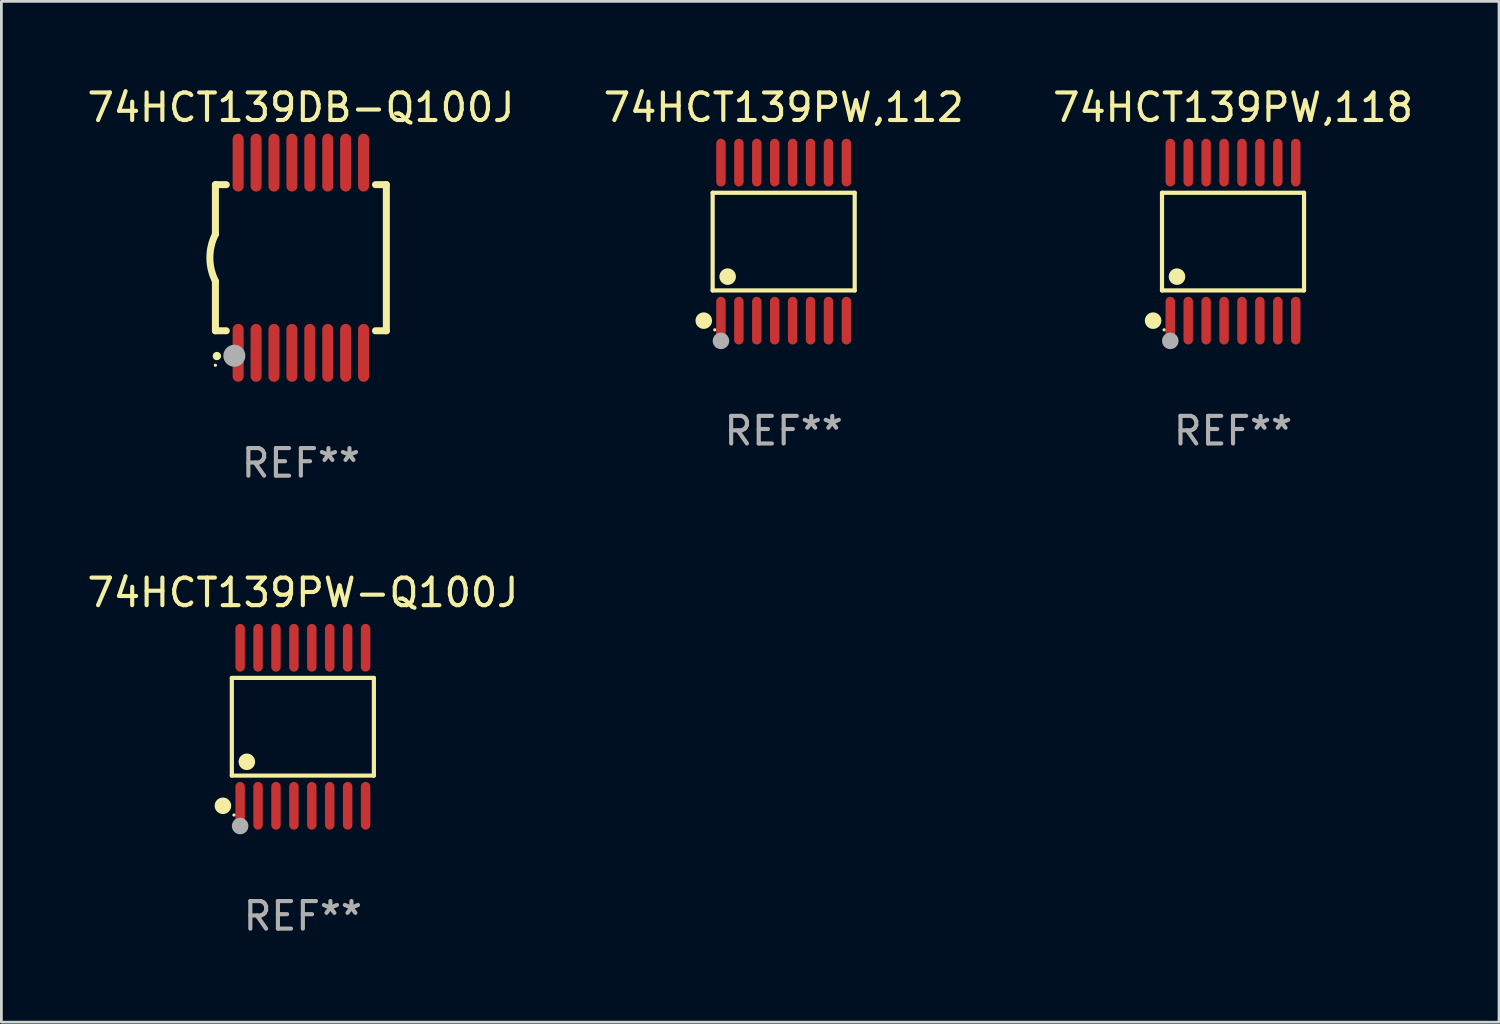
<source format=kicad_pcb>
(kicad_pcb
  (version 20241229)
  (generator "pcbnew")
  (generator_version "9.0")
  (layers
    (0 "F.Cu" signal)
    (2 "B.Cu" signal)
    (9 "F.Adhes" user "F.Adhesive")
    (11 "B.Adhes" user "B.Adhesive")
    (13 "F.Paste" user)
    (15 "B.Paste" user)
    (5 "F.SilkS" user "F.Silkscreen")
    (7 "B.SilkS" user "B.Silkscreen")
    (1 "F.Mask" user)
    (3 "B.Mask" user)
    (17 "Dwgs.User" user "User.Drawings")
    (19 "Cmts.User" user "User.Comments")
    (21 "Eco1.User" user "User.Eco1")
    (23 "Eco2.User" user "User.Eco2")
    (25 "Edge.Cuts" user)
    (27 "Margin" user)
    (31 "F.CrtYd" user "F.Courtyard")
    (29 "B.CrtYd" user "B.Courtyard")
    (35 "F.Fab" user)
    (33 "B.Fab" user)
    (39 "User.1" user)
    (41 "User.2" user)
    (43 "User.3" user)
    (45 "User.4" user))
  (footprint "74HCT139PW,118"
    (layer "F.Cu")
    (at 41.673 5.714)
    (property "Reference" "74HCT139PW,118" (at 0 -4.866 0) (layer "F.SilkS") (effects (font (size 1 1) (thickness 0.15))))
    (attr through_hole)
    (fp_line (start -2.576 -1.772) (end 2.576 -1.772) (stroke (width 0.152) (type solid)) (layer "F.SilkS"))
    (fp_line (start -2.576 1.771) (end -2.576 -1.772) (stroke (width 0.152) (type solid)) (layer "F.SilkS"))
    (fp_line (start 2.576 -1.772) (end 2.576 1.771) (stroke (width 0.152) (type solid)) (layer "F.SilkS"))
    (fp_line (start 2.576 1.771) (end -2.576 1.771) (stroke (width 0.152) (type solid)) (layer "F.SilkS"))
    (fp_circle (center -2.899 2.866) (end -2.749 2.866) (stroke (width 0.3) (type solid)) (fill no) (layer "F.SilkS"))
    (fp_circle (center -2.5 3.2) (end -2.47 3.2) (stroke (width 0.06) (type solid)) (fill no) (layer "F.SilkS"))
    (fp_circle (center -2.032 1.27) (end -1.882 1.27) (stroke (width 0.3) (type solid)) (fill no) (layer "F.SilkS"))
    (fp_circle (center -2.275 3.6) (end -2.125 3.6) (stroke (width 0.3) (type solid)) (fill no) (layer "F.Fab"))
    (fp_text user "REF**" (at 0 6.866 0) (layer "F.Fab") (effects (font (size 1 1) (thickness 0.15))))
    (pad "1" smd oval (at -2.275 2.866) (size 0.343 1.731) (layers "F.Cu" "F.Mask" "F.Paste"))
    (pad "2" smd oval (at -1.625 2.866) (size 0.343 1.731) (layers "F.Cu" "F.Mask" "F.Paste"))
    (pad "3" smd oval (at -0.975 2.866) (size 0.343 1.731) (layers "F.Cu" "F.Mask" "F.Paste"))
    (pad "4" smd oval (at -0.325 2.866) (size 0.343 1.731) (layers "F.Cu" "F.Mask" "F.Paste"))
    (pad "5" smd oval (at 0.325 2.866) (size 0.343 1.731) (layers "F.Cu" "F.Mask" "F.Paste"))
    (pad "6" smd oval (at 0.975 2.866) (size 0.343 1.731) (layers "F.Cu" "F.Mask" "F.Paste"))
    (pad "7" smd oval (at 1.625 2.866) (size 0.343 1.731) (layers "F.Cu" "F.Mask" "F.Paste"))
    (pad "8" smd oval (at 2.275 2.866) (size 0.343 1.731) (layers "F.Cu" "F.Mask" "F.Paste"))
    (pad "9" smd oval (at 2.275 -2.866) (size 0.343 1.731) (layers "F.Cu" "F.Mask" "F.Paste"))
    (pad "10" smd oval (at 1.625 -2.866) (size 0.343 1.731) (layers "F.Cu" "F.Mask" "F.Paste"))
    (pad "11" smd oval (at 0.975 -2.866) (size 0.343 1.731) (layers "F.Cu" "F.Mask" "F.Paste"))
    (pad "12" smd oval (at 0.325 -2.866) (size 0.343 1.731) (layers "F.Cu" "F.Mask" "F.Paste"))
    (pad "13" smd oval (at -0.325 -2.866) (size 0.343 1.731) (layers "F.Cu" "F.Mask" "F.Paste"))
    (pad "14" smd oval (at -0.975 -2.866) (size 0.343 1.731) (layers "F.Cu" "F.Mask" "F.Paste"))
    (pad "15" smd oval (at -1.625 -2.866) (size 0.343 1.731) (layers "F.Cu" "F.Mask" "F.Paste"))
    (pad "16" smd oval (at -2.275 -2.866) (size 0.343 1.731) (layers "F.Cu" "F.Mask" "F.Paste")))
  (footprint "74HCT139DB-Q100J"
    (layer "F.Cu")
    (at 7.863 6.298)
    (property "Reference" "74HCT139DB-Q100J" (at 0 -5.45 0) (layer "F.SilkS") (effects (font (size 1 1) (thickness 0.15))))
    (attr through_hole)
    (fp_line (start -3.1 -2.65) (end -3.1 -0.85) (stroke (width 0.254) (type solid)) (layer "F.SilkS"))
    (fp_line (start -3.1 -2.65) (end -2.706 -2.65) (stroke (width 0.254) (type solid)) (layer "F.SilkS"))
    (fp_line (start -3.1 2.65) (end -3.1 0.85) (stroke (width 0.254) (type solid)) (layer "F.SilkS"))
    (fp_line (start -3.1 2.65) (end -2.706 2.65) (stroke (width 0.254) (type solid)) (layer "F.SilkS"))
    (fp_line (start 2.706 -2.65) (end 3.1 -2.65) (stroke (width 0.254) (type solid)) (layer "F.SilkS"))
    (fp_line (start 2.706 2.65) (end 3.1 2.65) (stroke (width 0.254) (type solid)) (layer "F.SilkS"))
    (fp_line (start 3.1 -2.65) (end 3.1 2.65) (stroke (width 0.254) (type solid)) (layer "F.SilkS"))
    (fp_arc (start -3.098907 0.850902) (mid -3.300057 0.000523) (end -3.1 -0.850114) (stroke (width 0.254001) (type solid)) (layer "F.SilkS"))
    (fp_arc (start -3.048006 3.566066) (mid -3.046736 3.566061) (end -3.045466 3.566066) (stroke (width 0.3) (type solid)) (layer "F.SilkS"))
    (fp_circle (center -3.1 3.9) (end -3.07 3.9) (stroke (width 0.06) (type solid)) (fill no) (layer "F.SilkS"))
    (fp_circle (center -2.413 3.556) (end -2.213 3.556) (stroke (width 0.4) (type solid)) (fill no) (layer "F.Fab"))
    (fp_text user "REF**" (at 0 7.45 0) (layer "F.Fab") (effects (font (size 1 1) (thickness 0.15))))
    (pad "1" smd oval (at -2.275 3.45 180) (size 0.4 2.1) (layers "F.Cu" "F.Mask" "F.Paste"))
    (pad "2" smd oval (at -1.625 3.45 180) (size 0.4 2.1) (layers "F.Cu" "F.Mask" "F.Paste"))
    (pad "3" smd oval (at -0.975 3.45 180) (size 0.4 2.1) (layers "F.Cu" "F.Mask" "F.Paste"))
    (pad "4" smd oval (at -0.325 3.45 180) (size 0.4 2.1) (layers "F.Cu" "F.Mask" "F.Paste"))
    (pad "5" smd oval (at 0.325 3.45 180) (size 0.4 2.1) (layers "F.Cu" "F.Mask" "F.Paste"))
    (pad "6" smd oval (at 0.975 3.45 180) (size 0.4 2.1) (layers "F.Cu" "F.Mask" "F.Paste"))
    (pad "7" smd oval (at 1.625 3.45 180) (size 0.4 2.1) (layers "F.Cu" "F.Mask" "F.Paste"))
    (pad "8" smd oval (at 2.275 3.45 180) (size 0.4 2.1) (layers "F.Cu" "F.Mask" "F.Paste"))
    (pad "9" smd oval (at 2.275 -3.45 180) (size 0.4 2.1) (layers "F.Cu" "F.Mask" "F.Paste"))
    (pad "10" smd oval (at 1.625 -3.45 180) (size 0.4 2.1) (layers "F.Cu" "F.Mask" "F.Paste"))
    (pad "11" smd oval (at 0.975 -3.45 180) (size 0.4 2.1) (layers "F.Cu" "F.Mask" "F.Paste"))
    (pad "12" smd oval (at 0.325 -3.45 180) (size 0.4 2.1) (layers "F.Cu" "F.Mask" "F.Paste"))
    (pad "13" smd oval (at -0.325 -3.45 180) (size 0.4 2.1) (layers "F.Cu" "F.Mask" "F.Paste"))
    (pad "14" smd oval (at -0.975 -3.45 180) (size 0.4 2.1) (layers "F.Cu" "F.Mask" "F.Paste"))
    (pad "15" smd oval (at -1.625 -3.45 180) (size 0.4 2.1) (layers "F.Cu" "F.Mask" "F.Paste"))
    (pad "16" smd oval (at -2.275 -3.45 180) (size 0.4 2.1) (layers "F.Cu" "F.Mask" "F.Paste")))
  (footprint "74HCT139PW-Q100J"
    (layer "F.Cu")
    (at 7.935 23.311)
    (property "Reference" "74HCT139PW-Q100J" (at 0 -4.866 0) (layer "F.SilkS") (effects (font (size 1 1) (thickness 0.15))))
    (attr through_hole)
    (fp_line (start -2.576 -1.772) (end 2.576 -1.772) (stroke (width 0.152) (type solid)) (layer "F.SilkS"))
    (fp_line (start -2.576 1.771) (end -2.576 -1.772) (stroke (width 0.152) (type solid)) (layer "F.SilkS"))
    (fp_line (start 2.576 -1.772) (end 2.576 1.771) (stroke (width 0.152) (type solid)) (layer "F.SilkS"))
    (fp_line (start 2.576 1.771) (end -2.576 1.771) (stroke (width 0.152) (type solid)) (layer "F.SilkS"))
    (fp_circle (center -2.899 2.866) (end -2.749 2.866) (stroke (width 0.3) (type solid)) (fill no) (layer "F.SilkS"))
    (fp_circle (center -2.5 3.2) (end -2.47 3.2) (stroke (width 0.06) (type solid)) (fill no) (layer "F.SilkS"))
    (fp_circle (center -2.032 1.27) (end -1.882 1.27) (stroke (width 0.3) (type solid)) (fill no) (layer "F.SilkS"))
    (fp_circle (center -2.275 3.6) (end -2.125 3.6) (stroke (width 0.3) (type solid)) (fill no) (layer "F.Fab"))
    (fp_text user "REF**" (at 0 6.866 0) (layer "F.Fab") (effects (font (size 1 1) (thickness 0.15))))
    (pad "1" smd oval (at -2.275 2.866) (size 0.343 1.731) (layers "F.Cu" "F.Mask" "F.Paste"))
    (pad "2" smd oval (at -1.625 2.866) (size 0.343 1.731) (layers "F.Cu" "F.Mask" "F.Paste"))
    (pad "3" smd oval (at -0.975 2.866) (size 0.343 1.731) (layers "F.Cu" "F.Mask" "F.Paste"))
    (pad "4" smd oval (at -0.325 2.866) (size 0.343 1.731) (layers "F.Cu" "F.Mask" "F.Paste"))
    (pad "5" smd oval (at 0.325 2.866) (size 0.343 1.731) (layers "F.Cu" "F.Mask" "F.Paste"))
    (pad "6" smd oval (at 0.975 2.866) (size 0.343 1.731) (layers "F.Cu" "F.Mask" "F.Paste"))
    (pad "7" smd oval (at 1.625 2.866) (size 0.343 1.731) (layers "F.Cu" "F.Mask" "F.Paste"))
    (pad "8" smd oval (at 2.275 2.866) (size 0.343 1.731) (layers "F.Cu" "F.Mask" "F.Paste"))
    (pad "9" smd oval (at 2.275 -2.866) (size 0.343 1.731) (layers "F.Cu" "F.Mask" "F.Paste"))
    (pad "10" smd oval (at 1.625 -2.866) (size 0.343 1.731) (layers "F.Cu" "F.Mask" "F.Paste"))
    (pad "11" smd oval (at 0.975 -2.866) (size 0.343 1.731) (layers "F.Cu" "F.Mask" "F.Paste"))
    (pad "12" smd oval (at 0.325 -2.866) (size 0.343 1.731) (layers "F.Cu" "F.Mask" "F.Paste"))
    (pad "13" smd oval (at -0.325 -2.866) (size 0.343 1.731) (layers "F.Cu" "F.Mask" "F.Paste"))
    (pad "14" smd oval (at -0.975 -2.866) (size 0.343 1.731) (layers "F.Cu" "F.Mask" "F.Paste"))
    (pad "15" smd oval (at -1.625 -2.866) (size 0.343 1.731) (layers "F.Cu" "F.Mask" "F.Paste"))
    (pad "16" smd oval (at -2.275 -2.866) (size 0.343 1.731) (layers "F.Cu" "F.Mask" "F.Paste")))
  (footprint "74HCT139PW,112"
    (layer "F.Cu")
    (at 25.375 5.714)
    (property "Reference" "74HCT139PW,112" (at 0 -4.866 0) (layer "F.SilkS") (effects (font (size 1 1) (thickness 0.15))))
    (attr through_hole)
    (fp_line (start -2.576 -1.772) (end 2.576 -1.772) (stroke (width 0.152) (type solid)) (layer "F.SilkS"))
    (fp_line (start -2.576 1.771) (end -2.576 -1.772) (stroke (width 0.152) (type solid)) (layer "F.SilkS"))
    (fp_line (start 2.576 -1.772) (end 2.576 1.771) (stroke (width 0.152) (type solid)) (layer "F.SilkS"))
    (fp_line (start 2.576 1.771) (end -2.576 1.771) (stroke (width 0.152) (type solid)) (layer "F.SilkS"))
    (fp_circle (center -2.899 2.866) (end -2.749 2.866) (stroke (width 0.3) (type solid)) (fill no) (layer "F.SilkS"))
    (fp_circle (center -2.5 3.2) (end -2.47 3.2) (stroke (width 0.06) (type solid)) (fill no) (layer "F.SilkS"))
    (fp_circle (center -2.032 1.27) (end -1.882 1.27) (stroke (width 0.3) (type solid)) (fill no) (layer "F.SilkS"))
    (fp_circle (center -2.275 3.6) (end -2.125 3.6) (stroke (width 0.3) (type solid)) (fill no) (layer "F.Fab"))
    (fp_text user "REF**" (at 0 6.866 0) (layer "F.Fab") (effects (font (size 1 1) (thickness 0.15))))
    (pad "1" smd oval (at -2.275 2.866) (size 0.343 1.731) (layers "F.Cu" "F.Mask" "F.Paste"))
    (pad "2" smd oval (at -1.625 2.866) (size 0.343 1.731) (layers "F.Cu" "F.Mask" "F.Paste"))
    (pad "3" smd oval (at -0.975 2.866) (size 0.343 1.731) (layers "F.Cu" "F.Mask" "F.Paste"))
    (pad "4" smd oval (at -0.325 2.866) (size 0.343 1.731) (layers "F.Cu" "F.Mask" "F.Paste"))
    (pad "5" smd oval (at 0.325 2.866) (size 0.343 1.731) (layers "F.Cu" "F.Mask" "F.Paste"))
    (pad "6" smd oval (at 0.975 2.866) (size 0.343 1.731) (layers "F.Cu" "F.Mask" "F.Paste"))
    (pad "7" smd oval (at 1.625 2.866) (size 0.343 1.731) (layers "F.Cu" "F.Mask" "F.Paste"))
    (pad "8" smd oval (at 2.275 2.866) (size 0.343 1.731) (layers "F.Cu" "F.Mask" "F.Paste"))
    (pad "9" smd oval (at 2.275 -2.866) (size 0.343 1.731) (layers "F.Cu" "F.Mask" "F.Paste"))
    (pad "10" smd oval (at 1.625 -2.866) (size 0.343 1.731) (layers "F.Cu" "F.Mask" "F.Paste"))
    (pad "11" smd oval (at 0.975 -2.866) (size 0.343 1.731) (layers "F.Cu" "F.Mask" "F.Paste"))
    (pad "12" smd oval (at 0.325 -2.866) (size 0.343 1.731) (layers "F.Cu" "F.Mask" "F.Paste"))
    (pad "13" smd oval (at -0.325 -2.866) (size 0.343 1.731) (layers "F.Cu" "F.Mask" "F.Paste"))
    (pad "14" smd oval (at -0.975 -2.866) (size 0.343 1.731) (layers "F.Cu" "F.Mask" "F.Paste"))
    (pad "15" smd oval (at -1.625 -2.866) (size 0.343 1.731) (layers "F.Cu" "F.Mask" "F.Paste"))
    (pad "16" smd oval (at -2.275 -2.866) (size 0.343 1.731) (layers "F.Cu" "F.Mask" "F.Paste")))
  (gr_rect
    (start -3 -3)
    (end 51.321 34.025)
    (stroke (width 0.1) (type default))
    (fill no)
    (layer "Edge.Cuts")))
</source>
